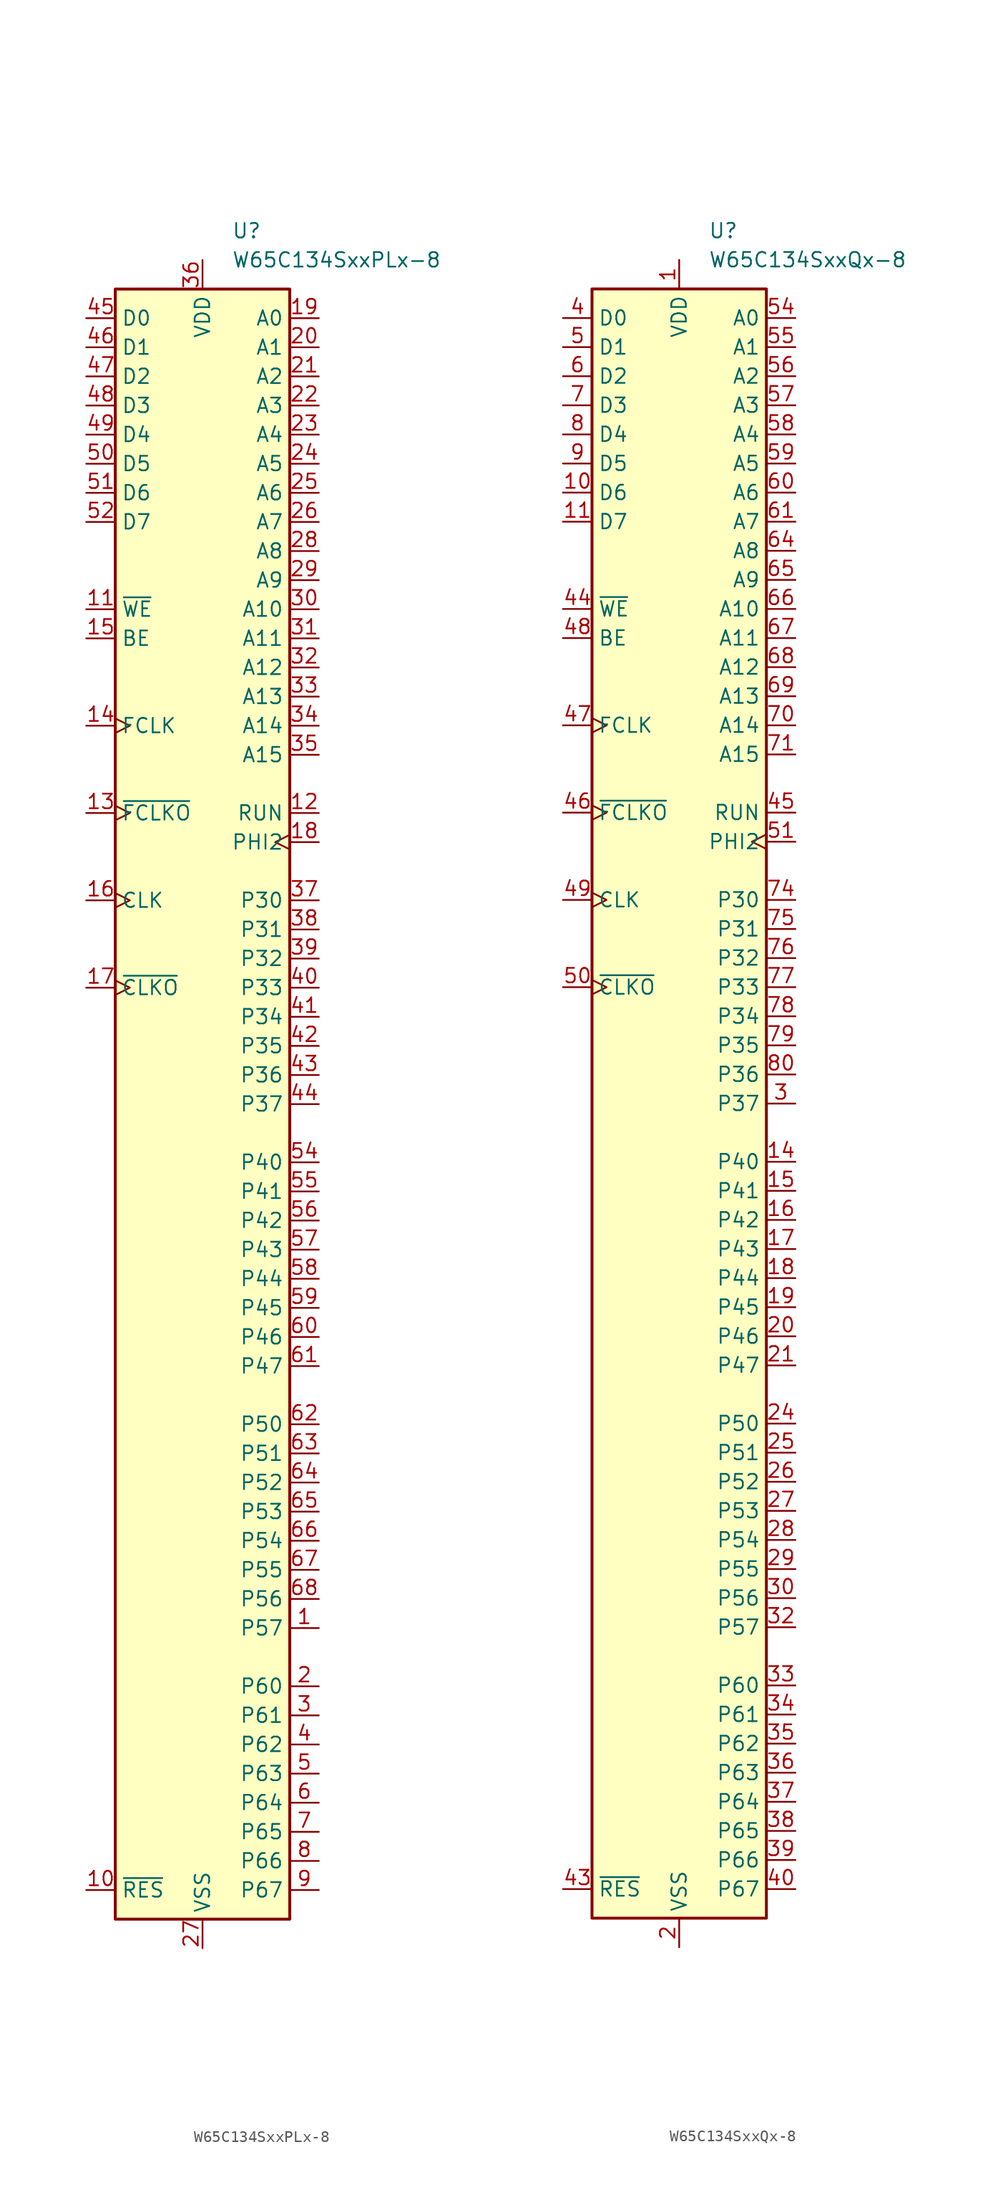
<source format=kicad_sym>
(kicad_symbol_lib
  (version 20211014)
  (generator kicad_symbol_editor)
  (symbol "W65C134SxxPLx-8"
    (property "Reference" "U"
      (at 2.54 76.2 0)
      (effects (font (size 1.27 1.27)) (justify left)))
    (property "Value" "W65C134SxxPLx-8"
      (at 2.54 73.66 0)
      (effects (font (size 1.27 1.27)) (justify left)))
    (symbol "W65C134SxxPLx-8_1_1"
      (rectangle (start -7.62 71.12) (end 7.62 -71.12) (stroke (width 0.254) (type default) (color 0 0 0 0)) (fill (type background)))
      (pin bidirectional line (at 10.16 -45.72 180) (length 2.54) (name "P57" (effects (font (size 1.27 1.27)))) (number "1" (effects (font (size 1.27 1.27)))))
      (pin bidirectional line (at -10.16 -68.58 0) (length 2.54) (name "~{RES}" (effects (font (size 1.27 1.27)))) (number "10" (effects (font (size 1.27 1.27)))))
      (pin bidirectional line (at -10.16 43.18 0) (length 2.54) (name "~{WE}" (effects (font (size 1.27 1.27)))) (number "11" (effects (font (size 1.27 1.27)))))
      (pin output line (at 10.16 25.4 180) (length 2.54) (name "RUN" (effects (font (size 1.27 1.27)))) (number "12" (effects (font (size 1.27 1.27)))))
      (pin output clock (at -10.16 25.4 0) (length 2.54) (name "~{FCLKO}" (effects (font (size 1.27 1.27)))) (number "13" (effects (font (size 1.27 1.27)))))
      (pin input clock (at -10.16 33.02 0) (length 2.54) (name "FCLK" (effects (font (size 1.27 1.27)))) (number "14" (effects (font (size 1.27 1.27)))))
      (pin input line (at -10.16 40.64 0) (length 2.54) (name "BE" (effects (font (size 1.27 1.27)))) (number "15" (effects (font (size 1.27 1.27)))))
      (pin input clock (at -10.16 17.78 0) (length 2.54) (name "CLK" (effects (font (size 1.27 1.27)))) (number "16" (effects (font (size 1.27 1.27)))))
      (pin output clock (at -10.16 10.16 0) (length 2.54) (name "~{CLKO}" (effects (font (size 1.27 1.27)))) (number "17" (effects (font (size 1.27 1.27)))))
      (pin output clock (at 10.16 22.86 180) (length 2.54) (name "PHI2" (effects (font (size 1.27 1.27)))) (number "18" (effects (font (size 1.27 1.27)))))
      (pin output line (at 10.16 68.58 180) (length 2.54) (name "A0" (effects (font (size 1.27 1.27)))) (number "19" (effects (font (size 1.27 1.27)))))
      (pin bidirectional line (at 10.16 -50.8 180) (length 2.54) (name "P60" (effects (font (size 1.27 1.27)))) (number "2" (effects (font (size 1.27 1.27)))))
      (pin output line (at 10.16 66.04 180) (length 2.54) (name "A1" (effects (font (size 1.27 1.27)))) (number "20" (effects (font (size 1.27 1.27)))))
      (pin output line (at 10.16 63.5 180) (length 2.54) (name "A2" (effects (font (size 1.27 1.27)))) (number "21" (effects (font (size 1.27 1.27)))))
      (pin output line (at 10.16 60.96 180) (length 2.54) (name "A3" (effects (font (size 1.27 1.27)))) (number "22" (effects (font (size 1.27 1.27)))))
      (pin output line (at 10.16 58.42 180) (length 2.54) (name "A4" (effects (font (size 1.27 1.27)))) (number "23" (effects (font (size 1.27 1.27)))))
      (pin output line (at 10.16 55.88 180) (length 2.54) (name "A5" (effects (font (size 1.27 1.27)))) (number "24" (effects (font (size 1.27 1.27)))))
      (pin output line (at 10.16 53.34 180) (length 2.54) (name "A6" (effects (font (size 1.27 1.27)))) (number "25" (effects (font (size 1.27 1.27)))))
      (pin output line (at 10.16 50.8 180) (length 2.54) (name "A7" (effects (font (size 1.27 1.27)))) (number "26" (effects (font (size 1.27 1.27)))))
      (pin power_in line (at 0 -73.66 90) (length 2.54) (name "VSS" (effects (font (size 1.27 1.27)))) (number "27" (effects (font (size 1.27 1.27)))))
      (pin output line (at 10.16 48.26 180) (length 2.54) (name "A8" (effects (font (size 1.27 1.27)))) (number "28" (effects (font (size 1.27 1.27)))))
      (pin output line (at 10.16 45.72 180) (length 2.54) (name "A9" (effects (font (size 1.27 1.27)))) (number "29" (effects (font (size 1.27 1.27)))))
      (pin bidirectional line (at 10.16 -53.34 180) (length 2.54) (name "P61" (effects (font (size 1.27 1.27)))) (number "3" (effects (font (size 1.27 1.27)))))
      (pin output line (at 10.16 43.18 180) (length 2.54) (name "A10" (effects (font (size 1.27 1.27)))) (number "30" (effects (font (size 1.27 1.27)))))
      (pin output line (at 10.16 40.64 180) (length 2.54) (name "A11" (effects (font (size 1.27 1.27)))) (number "31" (effects (font (size 1.27 1.27)))))
      (pin output line (at 10.16 38.1 180) (length 2.54) (name "A12" (effects (font (size 1.27 1.27)))) (number "32" (effects (font (size 1.27 1.27)))))
      (pin output line (at 10.16 35.56 180) (length 2.54) (name "A13" (effects (font (size 1.27 1.27)))) (number "33" (effects (font (size 1.27 1.27)))))
      (pin output line (at 10.16 33.02 180) (length 2.54) (name "A14" (effects (font (size 1.27 1.27)))) (number "34" (effects (font (size 1.27 1.27)))))
      (pin output line (at 10.16 30.48 180) (length 2.54) (name "A15" (effects (font (size 1.27 1.27)))) (number "35" (effects (font (size 1.27 1.27)))))
      (pin power_in line (at 0 73.66 270) (length 2.54) (name "VDD" (effects (font (size 1.27 1.27)))) (number "36" (effects (font (size 1.27 1.27)))))
      (pin output line (at 10.16 17.78 180) (length 2.54) (name "P30" (effects (font (size 1.27 1.27)))) (number "37" (effects (font (size 1.27 1.27)))))
      (pin output line (at 10.16 15.24 180) (length 2.54) (name "P31" (effects (font (size 1.27 1.27)))) (number "38" (effects (font (size 1.27 1.27)))))
      (pin output line (at 10.16 12.7 180) (length 2.54) (name "P32" (effects (font (size 1.27 1.27)))) (number "39" (effects (font (size 1.27 1.27)))))
      (pin bidirectional line (at 10.16 -55.88 180) (length 2.54) (name "P62" (effects (font (size 1.27 1.27)))) (number "4" (effects (font (size 1.27 1.27)))))
      (pin output line (at 10.16 10.16 180) (length 2.54) (name "P33" (effects (font (size 1.27 1.27)))) (number "40" (effects (font (size 1.27 1.27)))))
      (pin output line (at 10.16 7.62 180) (length 2.54) (name "P34" (effects (font (size 1.27 1.27)))) (number "41" (effects (font (size 1.27 1.27)))))
      (pin output line (at 10.16 5.08 180) (length 2.54) (name "P35" (effects (font (size 1.27 1.27)))) (number "42" (effects (font (size 1.27 1.27)))))
      (pin output line (at 10.16 2.54 180) (length 2.54) (name "P36" (effects (font (size 1.27 1.27)))) (number "43" (effects (font (size 1.27 1.27)))))
      (pin output line (at 10.16 0 180) (length 2.54) (name "P37" (effects (font (size 1.27 1.27)))) (number "44" (effects (font (size 1.27 1.27)))))
      (pin bidirectional line (at -10.16 68.58 0) (length 2.54) (name "D0" (effects (font (size 1.27 1.27)))) (number "45" (effects (font (size 1.27 1.27)))))
      (pin bidirectional line (at -10.16 66.04 0) (length 2.54) (name "D1" (effects (font (size 1.27 1.27)))) (number "46" (effects (font (size 1.27 1.27)))))
      (pin bidirectional line (at -10.16 63.5 0) (length 2.54) (name "D2" (effects (font (size 1.27 1.27)))) (number "47" (effects (font (size 1.27 1.27)))))
      (pin bidirectional line (at -10.16 60.96 0) (length 2.54) (name "D3" (effects (font (size 1.27 1.27)))) (number "48" (effects (font (size 1.27 1.27)))))
      (pin bidirectional line (at -10.16 58.42 0) (length 2.54) (name "D4" (effects (font (size 1.27 1.27)))) (number "49" (effects (font (size 1.27 1.27)))))
      (pin bidirectional line (at 10.16 -58.42 180) (length 2.54) (name "P63" (effects (font (size 1.27 1.27)))) (number "5" (effects (font (size 1.27 1.27)))))
      (pin bidirectional line (at -10.16 55.88 0) (length 2.54) (name "D5" (effects (font (size 1.27 1.27)))) (number "50" (effects (font (size 1.27 1.27)))))
      (pin bidirectional line (at -10.16 53.34 0) (length 2.54) (name "D6" (effects (font (size 1.27 1.27)))) (number "51" (effects (font (size 1.27 1.27)))))
      (pin bidirectional line (at -10.16 50.8 0) (length 2.54) (name "D7" (effects (font (size 1.27 1.27)))) (number "52" (effects (font (size 1.27 1.27)))))
      (pin passive line (at 0 -73.66 90) (length 2.54) hide (name "VSS" (effects (font (size 1.27 1.27)))) (number "53" (effects (font (size 1.27 1.27)))))
      (pin bidirectional line (at 10.16 -5.08 180) (length 2.54) (name "P40" (effects (font (size 1.27 1.27)))) (number "54" (effects (font (size 1.27 1.27)))))
      (pin bidirectional line (at 10.16 -7.62 180) (length 2.54) (name "P41" (effects (font (size 1.27 1.27)))) (number "55" (effects (font (size 1.27 1.27)))))
      (pin bidirectional line (at 10.16 -10.16 180) (length 2.54) (name "P42" (effects (font (size 1.27 1.27)))) (number "56" (effects (font (size 1.27 1.27)))))
      (pin bidirectional line (at 10.16 -12.7 180) (length 2.54) (name "P43" (effects (font (size 1.27 1.27)))) (number "57" (effects (font (size 1.27 1.27)))))
      (pin bidirectional line (at 10.16 -15.24 180) (length 2.54) (name "P44" (effects (font (size 1.27 1.27)))) (number "58" (effects (font (size 1.27 1.27)))))
      (pin bidirectional line (at 10.16 -17.78 180) (length 2.54) (name "P45" (effects (font (size 1.27 1.27)))) (number "59" (effects (font (size 1.27 1.27)))))
      (pin bidirectional line (at 10.16 -60.96 180) (length 2.54) (name "P64" (effects (font (size 1.27 1.27)))) (number "6" (effects (font (size 1.27 1.27)))))
      (pin bidirectional line (at 10.16 -20.32 180) (length 2.54) (name "P46" (effects (font (size 1.27 1.27)))) (number "60" (effects (font (size 1.27 1.27)))))
      (pin bidirectional line (at 10.16 -22.86 180) (length 2.54) (name "P47" (effects (font (size 1.27 1.27)))) (number "61" (effects (font (size 1.27 1.27)))))
      (pin bidirectional line (at 10.16 -27.94 180) (length 2.54) (name "P50" (effects (font (size 1.27 1.27)))) (number "62" (effects (font (size 1.27 1.27)))))
      (pin bidirectional line (at 10.16 -30.48 180) (length 2.54) (name "P51" (effects (font (size 1.27 1.27)))) (number "63" (effects (font (size 1.27 1.27)))))
      (pin bidirectional line (at 10.16 -33.02 180) (length 2.54) (name "P52" (effects (font (size 1.27 1.27)))) (number "64" (effects (font (size 1.27 1.27)))))
      (pin bidirectional line (at 10.16 -35.56 180) (length 2.54) (name "P53" (effects (font (size 1.27 1.27)))) (number "65" (effects (font (size 1.27 1.27)))))
      (pin bidirectional line (at 10.16 -38.1 180) (length 2.54) (name "P54" (effects (font (size 1.27 1.27)))) (number "66" (effects (font (size 1.27 1.27)))))
      (pin bidirectional line (at 10.16 -40.64 180) (length 2.54) (name "P55" (effects (font (size 1.27 1.27)))) (number "67" (effects (font (size 1.27 1.27)))))
      (pin bidirectional line (at 10.16 -43.18 180) (length 2.54) (name "P56" (effects (font (size 1.27 1.27)))) (number "68" (effects (font (size 1.27 1.27)))))
      (pin bidirectional line (at 10.16 -63.5 180) (length 2.54) (name "P65" (effects (font (size 1.27 1.27)))) (number "7" (effects (font (size 1.27 1.27)))))
      (pin bidirectional line (at 10.16 -66.04 180) (length 2.54) (name "P66" (effects (font (size 1.27 1.27)))) (number "8" (effects (font (size 1.27 1.27)))))
      (pin bidirectional line (at 10.16 -68.58 180) (length 2.54) (name "P67" (effects (font (size 1.27 1.27)))) (number "9" (effects (font (size 1.27 1.27)))))))
  (symbol "W65C134SxxQx-8"
    (property "Reference" "U"
      (at 2.54 76.2 0)
      (effects (font (size 1.27 1.27)) (justify left)))
    (property "Value" "W65C134SxxQx-8"
      (at 2.54 73.66 0)
      (effects (font (size 1.27 1.27)) (justify left)))
    (symbol "W65C134SxxQx-8_1_1"
      (rectangle (start -7.62 71.12) (end 7.62 -71.12) (stroke (width 0.254) (type default) (color 0 0 0 0)) (fill (type background)))
      (pin power_in line (at 0 73.66 270) (length 2.54) (name "VDD" (effects (font (size 1.27 1.27)))) (number "1" (effects (font (size 1.27 1.27)))))
      (pin bidirectional line (at -10.16 53.34 0) (length 2.54) (name "D6" (effects (font (size 1.27 1.27)))) (number "10" (effects (font (size 1.27 1.27)))))
      (pin bidirectional line (at -10.16 50.8 0) (length 2.54) (name "D7" (effects (font (size 1.27 1.27)))) (number "11" (effects (font (size 1.27 1.27)))))
      (pin passive line (at 0 -73.66 90) (length 2.54) hide (name "VSS" (effects (font (size 1.27 1.27)))) (number "12" (effects (font (size 1.27 1.27)))))
      (pin passive line (at 0 -73.66 90) (length 2.54) hide (name "VSS" (effects (font (size 1.27 1.27)))) (number "13" (effects (font (size 1.27 1.27)))))
      (pin bidirectional line (at 10.16 -5.08 180) (length 2.54) (name "P40" (effects (font (size 1.27 1.27)))) (number "14" (effects (font (size 1.27 1.27)))))
      (pin bidirectional line (at 10.16 -7.62 180) (length 2.54) (name "P41" (effects (font (size 1.27 1.27)))) (number "15" (effects (font (size 1.27 1.27)))))
      (pin bidirectional line (at 10.16 -10.16 180) (length 2.54) (name "P42" (effects (font (size 1.27 1.27)))) (number "16" (effects (font (size 1.27 1.27)))))
      (pin bidirectional line (at 10.16 -12.7 180) (length 2.54) (name "P43" (effects (font (size 1.27 1.27)))) (number "17" (effects (font (size 1.27 1.27)))))
      (pin bidirectional line (at 10.16 -15.24 180) (length 2.54) (name "P44" (effects (font (size 1.27 1.27)))) (number "18" (effects (font (size 1.27 1.27)))))
      (pin bidirectional line (at 10.16 -17.78 180) (length 2.54) (name "P45" (effects (font (size 1.27 1.27)))) (number "19" (effects (font (size 1.27 1.27)))))
      (pin power_in line (at 0 -73.66 90) (length 2.54) (name "VSS" (effects (font (size 1.27 1.27)))) (number "2" (effects (font (size 1.27 1.27)))))
      (pin bidirectional line (at 10.16 -20.32 180) (length 2.54) (name "P46" (effects (font (size 1.27 1.27)))) (number "20" (effects (font (size 1.27 1.27)))))
      (pin bidirectional line (at 10.16 -22.86 180) (length 2.54) (name "P47" (effects (font (size 1.27 1.27)))) (number "21" (effects (font (size 1.27 1.27)))))
      (pin passive line (at 0 -73.66 90) (length 2.54) hide (name "VSS" (effects (font (size 1.27 1.27)))) (number "22" (effects (font (size 1.27 1.27)))))
      (pin passive line (at 0 73.66 270) (length 2.54) hide (name "VDD" (effects (font (size 1.27 1.27)))) (number "23" (effects (font (size 1.27 1.27)))))
      (pin bidirectional line (at 10.16 -27.94 180) (length 2.54) (name "P50" (effects (font (size 1.27 1.27)))) (number "24" (effects (font (size 1.27 1.27)))))
      (pin bidirectional line (at 10.16 -30.48 180) (length 2.54) (name "P51" (effects (font (size 1.27 1.27)))) (number "25" (effects (font (size 1.27 1.27)))))
      (pin bidirectional line (at 10.16 -33.02 180) (length 2.54) (name "P52" (effects (font (size 1.27 1.27)))) (number "26" (effects (font (size 1.27 1.27)))))
      (pin bidirectional line (at 10.16 -35.56 180) (length 2.54) (name "P53" (effects (font (size 1.27 1.27)))) (number "27" (effects (font (size 1.27 1.27)))))
      (pin bidirectional line (at 10.16 -38.1 180) (length 2.54) (name "P54" (effects (font (size 1.27 1.27)))) (number "28" (effects (font (size 1.27 1.27)))))
      (pin bidirectional line (at 10.16 -40.64 180) (length 2.54) (name "P55" (effects (font (size 1.27 1.27)))) (number "29" (effects (font (size 1.27 1.27)))))
      (pin output line (at 10.16 0 180) (length 2.54) (name "P37" (effects (font (size 1.27 1.27)))) (number "3" (effects (font (size 1.27 1.27)))))
      (pin bidirectional line (at 10.16 -43.18 180) (length 2.54) (name "P56" (effects (font (size 1.27 1.27)))) (number "30" (effects (font (size 1.27 1.27)))))
      (pin no_connect line (at -10.16 -50.8 0) (length 2.54) hide (name "NC" (effects (font (size 1.27 1.27)))) (number "31" (effects (font (size 1.27 1.27)))))
      (pin bidirectional line (at 10.16 -45.72 180) (length 2.54) (name "P57" (effects (font (size 1.27 1.27)))) (number "32" (effects (font (size 1.27 1.27)))))
      (pin bidirectional line (at 10.16 -50.8 180) (length 2.54) (name "P60" (effects (font (size 1.27 1.27)))) (number "33" (effects (font (size 1.27 1.27)))))
      (pin bidirectional line (at 10.16 -53.34 180) (length 2.54) (name "P61" (effects (font (size 1.27 1.27)))) (number "34" (effects (font (size 1.27 1.27)))))
      (pin bidirectional line (at 10.16 -55.88 180) (length 2.54) (name "P62" (effects (font (size 1.27 1.27)))) (number "35" (effects (font (size 1.27 1.27)))))
      (pin bidirectional line (at 10.16 -58.42 180) (length 2.54) (name "P63" (effects (font (size 1.27 1.27)))) (number "36" (effects (font (size 1.27 1.27)))))
      (pin bidirectional line (at 10.16 -60.96 180) (length 2.54) (name "P64" (effects (font (size 1.27 1.27)))) (number "37" (effects (font (size 1.27 1.27)))))
      (pin bidirectional line (at 10.16 -63.5 180) (length 2.54) (name "P65" (effects (font (size 1.27 1.27)))) (number "38" (effects (font (size 1.27 1.27)))))
      (pin bidirectional line (at 10.16 -66.04 180) (length 2.54) (name "P66" (effects (font (size 1.27 1.27)))) (number "39" (effects (font (size 1.27 1.27)))))
      (pin bidirectional line (at -10.16 68.58 0) (length 2.54) (name "D0" (effects (font (size 1.27 1.27)))) (number "4" (effects (font (size 1.27 1.27)))))
      (pin bidirectional line (at 10.16 -68.58 180) (length 2.54) (name "P67" (effects (font (size 1.27 1.27)))) (number "40" (effects (font (size 1.27 1.27)))))
      (pin passive line (at 0 73.66 270) (length 2.54) hide (name "VDD" (effects (font (size 1.27 1.27)))) (number "41" (effects (font (size 1.27 1.27)))))
      (pin passive line (at 0 -73.66 90) (length 2.54) hide (name "VSS" (effects (font (size 1.27 1.27)))) (number "42" (effects (font (size 1.27 1.27)))))
      (pin bidirectional line (at -10.16 -68.58 0) (length 2.54) (name "~{RES}" (effects (font (size 1.27 1.27)))) (number "43" (effects (font (size 1.27 1.27)))))
      (pin bidirectional line (at -10.16 43.18 0) (length 2.54) (name "~{WE}" (effects (font (size 1.27 1.27)))) (number "44" (effects (font (size 1.27 1.27)))))
      (pin output line (at 10.16 25.4 180) (length 2.54) (name "RUN" (effects (font (size 1.27 1.27)))) (number "45" (effects (font (size 1.27 1.27)))))
      (pin output clock (at -10.16 25.4 0) (length 2.54) (name "~{FCLKO}" (effects (font (size 1.27 1.27)))) (number "46" (effects (font (size 1.27 1.27)))))
      (pin input clock (at -10.16 33.02 0) (length 2.54) (name "FCLK" (effects (font (size 1.27 1.27)))) (number "47" (effects (font (size 1.27 1.27)))))
      (pin input line (at -10.16 40.64 0) (length 2.54) (name "BE" (effects (font (size 1.27 1.27)))) (number "48" (effects (font (size 1.27 1.27)))))
      (pin input clock (at -10.16 17.78 0) (length 2.54) (name "CLK" (effects (font (size 1.27 1.27)))) (number "49" (effects (font (size 1.27 1.27)))))
      (pin bidirectional line (at -10.16 66.04 0) (length 2.54) (name "D1" (effects (font (size 1.27 1.27)))) (number "5" (effects (font (size 1.27 1.27)))))
      (pin output clock (at -10.16 10.16 0) (length 2.54) (name "~{CLKO}" (effects (font (size 1.27 1.27)))) (number "50" (effects (font (size 1.27 1.27)))))
      (pin output clock (at 10.16 22.86 180) (length 2.54) (name "PHI2" (effects (font (size 1.27 1.27)))) (number "51" (effects (font (size 1.27 1.27)))))
      (pin no_connect line (at -10.16 -53.34 0) (length 2.54) hide (name "NC" (effects (font (size 1.27 1.27)))) (number "52" (effects (font (size 1.27 1.27)))))
      (pin no_connect line (at -10.16 -55.88 0) (length 2.54) hide (name "NC" (effects (font (size 1.27 1.27)))) (number "53" (effects (font (size 1.27 1.27)))))
      (pin output line (at 10.16 68.58 180) (length 2.54) (name "A0" (effects (font (size 1.27 1.27)))) (number "54" (effects (font (size 1.27 1.27)))))
      (pin output line (at 10.16 66.04 180) (length 2.54) (name "A1" (effects (font (size 1.27 1.27)))) (number "55" (effects (font (size 1.27 1.27)))))
      (pin output line (at 10.16 63.5 180) (length 2.54) (name "A2" (effects (font (size 1.27 1.27)))) (number "56" (effects (font (size 1.27 1.27)))))
      (pin output line (at 10.16 60.96 180) (length 2.54) (name "A3" (effects (font (size 1.27 1.27)))) (number "57" (effects (font (size 1.27 1.27)))))
      (pin output line (at 10.16 58.42 180) (length 2.54) (name "A4" (effects (font (size 1.27 1.27)))) (number "58" (effects (font (size 1.27 1.27)))))
      (pin output line (at 10.16 55.88 180) (length 2.54) (name "A5" (effects (font (size 1.27 1.27)))) (number "59" (effects (font (size 1.27 1.27)))))
      (pin bidirectional line (at -10.16 63.5 0) (length 2.54) (name "D2" (effects (font (size 1.27 1.27)))) (number "6" (effects (font (size 1.27 1.27)))))
      (pin output line (at 10.16 53.34 180) (length 2.54) (name "A6" (effects (font (size 1.27 1.27)))) (number "60" (effects (font (size 1.27 1.27)))))
      (pin output line (at 10.16 50.8 180) (length 2.54) (name "A7" (effects (font (size 1.27 1.27)))) (number "61" (effects (font (size 1.27 1.27)))))
      (pin passive line (at 0 73.66 270) (length 2.54) hide (name "VDD" (effects (font (size 1.27 1.27)))) (number "62" (effects (font (size 1.27 1.27)))))
      (pin passive line (at 0 -73.66 90) (length 2.54) hide (name "VSS" (effects (font (size 1.27 1.27)))) (number "63" (effects (font (size 1.27 1.27)))))
      (pin output line (at 10.16 48.26 180) (length 2.54) (name "A8" (effects (font (size 1.27 1.27)))) (number "64" (effects (font (size 1.27 1.27)))))
      (pin output line (at 10.16 45.72 180) (length 2.54) (name "A9" (effects (font (size 1.27 1.27)))) (number "65" (effects (font (size 1.27 1.27)))))
      (pin output line (at 10.16 43.18 180) (length 2.54) (name "A10" (effects (font (size 1.27 1.27)))) (number "66" (effects (font (size 1.27 1.27)))))
      (pin output line (at 10.16 40.64 180) (length 2.54) (name "A11" (effects (font (size 1.27 1.27)))) (number "67" (effects (font (size 1.27 1.27)))))
      (pin output line (at 10.16 38.1 180) (length 2.54) (name "A12" (effects (font (size 1.27 1.27)))) (number "68" (effects (font (size 1.27 1.27)))))
      (pin output line (at 10.16 35.56 180) (length 2.54) (name "A13" (effects (font (size 1.27 1.27)))) (number "69" (effects (font (size 1.27 1.27)))))
      (pin bidirectional line (at -10.16 60.96 0) (length 2.54) (name "D3" (effects (font (size 1.27 1.27)))) (number "7" (effects (font (size 1.27 1.27)))))
      (pin output line (at 10.16 33.02 180) (length 2.54) (name "A14" (effects (font (size 1.27 1.27)))) (number "70" (effects (font (size 1.27 1.27)))))
      (pin output line (at 10.16 30.48 180) (length 2.54) (name "A15" (effects (font (size 1.27 1.27)))) (number "71" (effects (font (size 1.27 1.27)))))
      (pin passive line (at 0 73.66 270) (length 2.54) hide (name "VDD" (effects (font (size 1.27 1.27)))) (number "72" (effects (font (size 1.27 1.27)))))
      (pin passive line (at 0 73.66 270) (length 2.54) hide (name "VDD" (effects (font (size 1.27 1.27)))) (number "73" (effects (font (size 1.27 1.27)))))
      (pin output line (at 10.16 17.78 180) (length 2.54) (name "P30" (effects (font (size 1.27 1.27)))) (number "74" (effects (font (size 1.27 1.27)))))
      (pin output line (at 10.16 15.24 180) (length 2.54) (name "P31" (effects (font (size 1.27 1.27)))) (number "75" (effects (font (size 1.27 1.27)))))
      (pin output line (at 10.16 12.7 180) (length 2.54) (name "P32" (effects (font (size 1.27 1.27)))) (number "76" (effects (font (size 1.27 1.27)))))
      (pin output line (at 10.16 10.16 180) (length 2.54) (name "P33" (effects (font (size 1.27 1.27)))) (number "77" (effects (font (size 1.27 1.27)))))
      (pin output line (at 10.16 7.62 180) (length 2.54) (name "P34" (effects (font (size 1.27 1.27)))) (number "78" (effects (font (size 1.27 1.27)))))
      (pin output line (at 10.16 5.08 180) (length 2.54) (name "P35" (effects (font (size 1.27 1.27)))) (number "79" (effects (font (size 1.27 1.27)))))
      (pin bidirectional line (at -10.16 58.42 0) (length 2.54) (name "D4" (effects (font (size 1.27 1.27)))) (number "8" (effects (font (size 1.27 1.27)))))
      (pin output line (at 10.16 2.54 180) (length 2.54) (name "P36" (effects (font (size 1.27 1.27)))) (number "80" (effects (font (size 1.27 1.27)))))
      (pin bidirectional line (at -10.16 55.88 0) (length 2.54) (name "D5" (effects (font (size 1.27 1.27)))) (number "9" (effects (font (size 1.27 1.27))))))))
</source>
